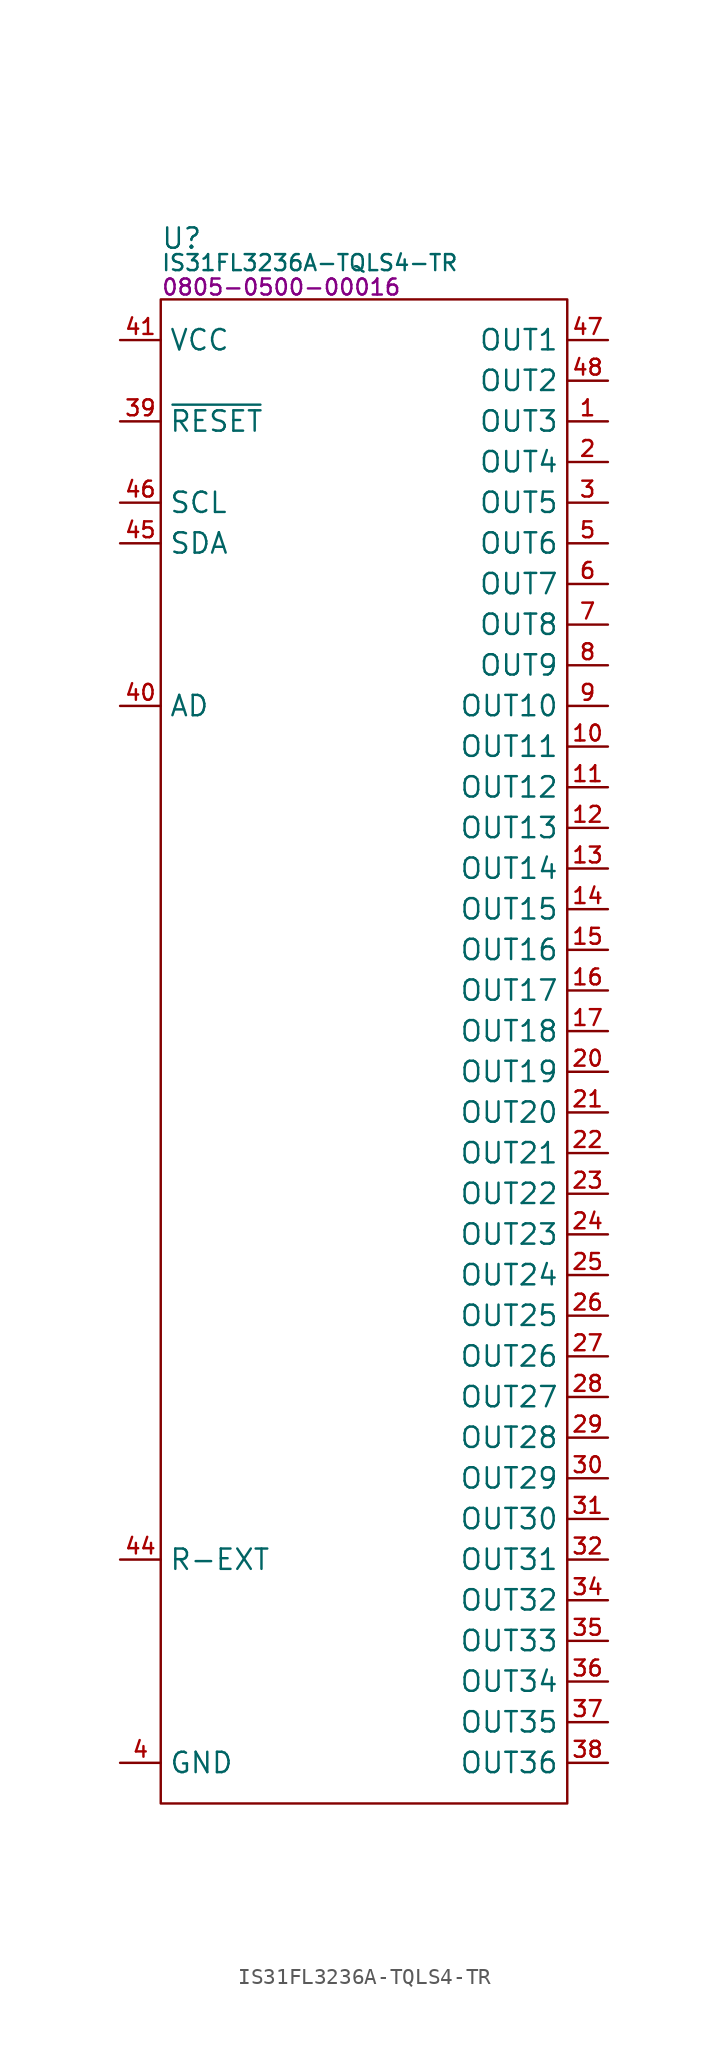
<source format=kicad_sym>
(kicad_symbol_lib
  (version 20231120)
  (generator "kicad_symbol_editor")
  (generator_version "8.0")
  (symbol "IS31FL3236A-TQLS4-TR"
    (property "Reference" "U"
      (at 0 3.81 0)
      (effects (font (size 1.27 1.27)) (justify left)))
    (property "Value" "IS31FL3236A-TQLS4-TR"
      (at 0 2.286 0)
      (effects (font (size 1 1)) (justify left)))
    (property "PartNumber" "0805-0500-00016"
      (at 0 0.762 0)
      (effects (font (size 1 1)) (justify left)))
    (symbol "IS31FL3236A-TQLS4-TR_0_0"
      (pin output line (at 27.94 -7.62 180) (length 2.54) (name "OUT3" (effects (font (size 1.27 1.27)))) (number "1" (effects (font (size 0.991 0.991)))))
      (pin output line (at 27.94 -27.94 180) (length 2.54) (name "OUT11" (effects (font (size 1.27 1.27)))) (number "10" (effects (font (size 0.991 0.991)))))
      (pin output line (at 27.94 -30.48 180) (length 2.54) (name "OUT12" (effects (font (size 1.27 1.27)))) (number "11" (effects (font (size 0.991 0.991)))))
      (pin output line (at 27.94 -33.02 180) (length 2.54) (name "OUT13" (effects (font (size 1.27 1.27)))) (number "12" (effects (font (size 0.991 0.991)))))
      (pin output line (at 27.94 -35.56 180) (length 2.54) (name "OUT14" (effects (font (size 1.27 1.27)))) (number "13" (effects (font (size 0.991 0.991)))))
      (pin output line (at 27.94 -38.1 180) (length 2.54) (name "OUT15" (effects (font (size 1.27 1.27)))) (number "14" (effects (font (size 0.991 0.991)))))
      (pin output line (at 27.94 -40.64 180) (length 2.54) (name "OUT16" (effects (font (size 1.27 1.27)))) (number "15" (effects (font (size 0.991 0.991)))))
      (pin output line (at 27.94 -43.18 180) (length 2.54) (name "OUT17" (effects (font (size 1.27 1.27)))) (number "16" (effects (font (size 0.991 0.991)))))
      (pin output line (at 27.94 -45.72 180) (length 2.54) (name "OUT18" (effects (font (size 1.27 1.27)))) (number "17" (effects (font (size 0.991 0.991)))))
      (pin power_in line (at -2.54 -91.44 0) (length 2.54) hide (name "GND" (effects (font (size 1.27 1.27)))) (number "18" (effects (font (size 0.991 0.991)))))
      (pin power_in line (at -2.54 -91.44 0) (length 2.54) hide (name "GND" (effects (font (size 1.27 1.27)))) (number "19" (effects (font (size 0.991 0.991)))))
      (pin output line (at 27.94 -10.16 180) (length 2.54) (name "OUT4" (effects (font (size 1.27 1.27)))) (number "2" (effects (font (size 0.991 0.991)))))
      (pin output line (at 27.94 -48.26 180) (length 2.54) (name "OUT19" (effects (font (size 1.27 1.27)))) (number "20" (effects (font (size 0.991 0.991)))))
      (pin output line (at 27.94 -50.8 180) (length 2.54) (name "OUT20" (effects (font (size 1.27 1.27)))) (number "21" (effects (font (size 0.991 0.991)))))
      (pin output line (at 27.94 -53.34 180) (length 2.54) (name "OUT21" (effects (font (size 1.27 1.27)))) (number "22" (effects (font (size 0.991 0.991)))))
      (pin output line (at 27.94 -55.88 180) (length 2.54) (name "OUT22" (effects (font (size 1.27 1.27)))) (number "23" (effects (font (size 0.991 0.991)))))
      (pin output line (at 27.94 -58.42 180) (length 2.54) (name "OUT23" (effects (font (size 1.27 1.27)))) (number "24" (effects (font (size 0.991 0.991)))))
      (pin output line (at 27.94 -60.96 180) (length 2.54) (name "OUT24" (effects (font (size 1.27 1.27)))) (number "25" (effects (font (size 0.991 0.991)))))
      (pin output line (at 27.94 -63.5 180) (length 2.54) (name "OUT25" (effects (font (size 1.27 1.27)))) (number "26" (effects (font (size 0.991 0.991)))))
      (pin output line (at 27.94 -66.04 180) (length 2.54) (name "OUT26" (effects (font (size 1.27 1.27)))) (number "27" (effects (font (size 0.991 0.991)))))
      (pin output line (at 27.94 -68.58 180) (length 2.54) (name "OUT27" (effects (font (size 1.27 1.27)))) (number "28" (effects (font (size 0.991 0.991)))))
      (pin output line (at 27.94 -71.12 180) (length 2.54) (name "OUT28" (effects (font (size 1.27 1.27)))) (number "29" (effects (font (size 0.991 0.991)))))
      (pin output line (at 27.94 -12.7 180) (length 2.54) (name "OUT5" (effects (font (size 1.27 1.27)))) (number "3" (effects (font (size 0.991 0.991)))))
      (pin output line (at 27.94 -73.66 180) (length 2.54) (name "OUT29" (effects (font (size 1.27 1.27)))) (number "30" (effects (font (size 0.991 0.991)))))
      (pin output line (at 27.94 -76.2 180) (length 2.54) (name "OUT30" (effects (font (size 1.27 1.27)))) (number "31" (effects (font (size 0.991 0.991)))))
      (pin output line (at 27.94 -78.74 180) (length 2.54) (name "OUT31" (effects (font (size 1.27 1.27)))) (number "32" (effects (font (size 0.991 0.991)))))
      (pin power_in line (at -2.54 -91.44 0) (length 2.54) hide (name "GND" (effects (font (size 1.27 1.27)))) (number "33" (effects (font (size 0.991 0.991)))))
      (pin output line (at 27.94 -81.28 180) (length 2.54) (name "OUT32" (effects (font (size 1.27 1.27)))) (number "34" (effects (font (size 0.991 0.991)))))
      (pin output line (at 27.94 -83.82 180) (length 2.54) (name "OUT33" (effects (font (size 1.27 1.27)))) (number "35" (effects (font (size 0.991 0.991)))))
      (pin output line (at 27.94 -86.36 180) (length 2.54) (name "OUT34" (effects (font (size 1.27 1.27)))) (number "36" (effects (font (size 0.991 0.991)))))
      (pin output line (at 27.94 -88.9 180) (length 2.54) (name "OUT35" (effects (font (size 1.27 1.27)))) (number "37" (effects (font (size 0.991 0.991)))))
      (pin output line (at 27.94 -91.44 180) (length 2.54) (name "OUT36" (effects (font (size 1.27 1.27)))) (number "38" (effects (font (size 0.991 0.991)))))
      (pin input line (at -2.54 -7.62 0) (length 2.54) (name "~{RESET}" (effects (font (size 1.27 1.27)))) (number "39" (effects (font (size 0.991 0.991)))))
      (pin power_in line (at -2.54 -91.44 0) (length 2.54) (name "GND" (effects (font (size 1.27 1.27)))) (number "4" (effects (font (size 0.991 0.991)))))
      (pin input line (at -2.54 -25.4 0) (length 2.54) (name "AD" (effects (font (size 1.27 1.27)))) (number "40" (effects (font (size 0.991 0.991)))))
      (pin power_in line (at -2.54 -2.54 0) (length 2.54) (name "VCC" (effects (font (size 1.27 1.27)))) (number "41" (effects (font (size 0.991 0.991)))))
      (pin power_in line (at -2.54 -91.44 0) (length 2.54) hide (name "GND" (effects (font (size 1.27 1.27)))) (number "42" (effects (font (size 0.991 0.991)))))
      (pin power_in line (at -2.54 -91.44 0) (length 2.54) hide (name "GND" (effects (font (size 1.27 1.27)))) (number "43" (effects (font (size 0.991 0.991)))))
      (pin input line (at -2.54 -78.74 0) (length 2.54) (name "R-EXT" (effects (font (size 1.27 1.27)))) (number "44" (effects (font (size 0.991 0.991)))))
      (pin input line (at -2.54 -15.24 0) (length 2.54) (name "SDA" (effects (font (size 1.27 1.27)))) (number "45" (effects (font (size 0.991 0.991)))))
      (pin input line (at -2.54 -12.7 0) (length 2.54) (name "SCL" (effects (font (size 1.27 1.27)))) (number "46" (effects (font (size 0.991 0.991)))))
      (pin output line (at 27.94 -2.54 180) (length 2.54) (name "OUT1" (effects (font (size 1.27 1.27)))) (number "47" (effects (font (size 0.991 0.991)))))
      (pin output line (at 27.94 -5.08 180) (length 2.54) (name "OUT2" (effects (font (size 1.27 1.27)))) (number "48" (effects (font (size 0.991 0.991)))))
      (pin power_in line (at -2.54 -91.44 0) (length 2.54) hide (name "GND" (effects (font (size 1.27 1.27)))) (number "49" (effects (font (size 0.991 0.991)))))
      (pin output line (at 27.94 -15.24 180) (length 2.54) (name "OUT6" (effects (font (size 1.27 1.27)))) (number "5" (effects (font (size 0.991 0.991)))))
      (pin output line (at 27.94 -17.78 180) (length 2.54) (name "OUT7" (effects (font (size 1.27 1.27)))) (number "6" (effects (font (size 0.991 0.991)))))
      (pin output line (at 27.94 -20.32 180) (length 2.54) (name "OUT8" (effects (font (size 1.27 1.27)))) (number "7" (effects (font (size 0.991 0.991)))))
      (pin output line (at 27.94 -22.86 180) (length 2.54) (name "OUT9" (effects (font (size 1.27 1.27)))) (number "8" (effects (font (size 0.991 0.991)))))
      (pin output line (at 27.94 -25.4 180) (length 2.54) (name "OUT10" (effects (font (size 1.27 1.27)))) (number "9" (effects (font (size 0.991 0.991))))))
    (symbol "IS31FL3236A-TQLS4-TR_0_1"
      (rectangle (start 25.4 -93.98) (end 0 0) (stroke (width 0) (type default)) (fill (type none))))))
</source>
